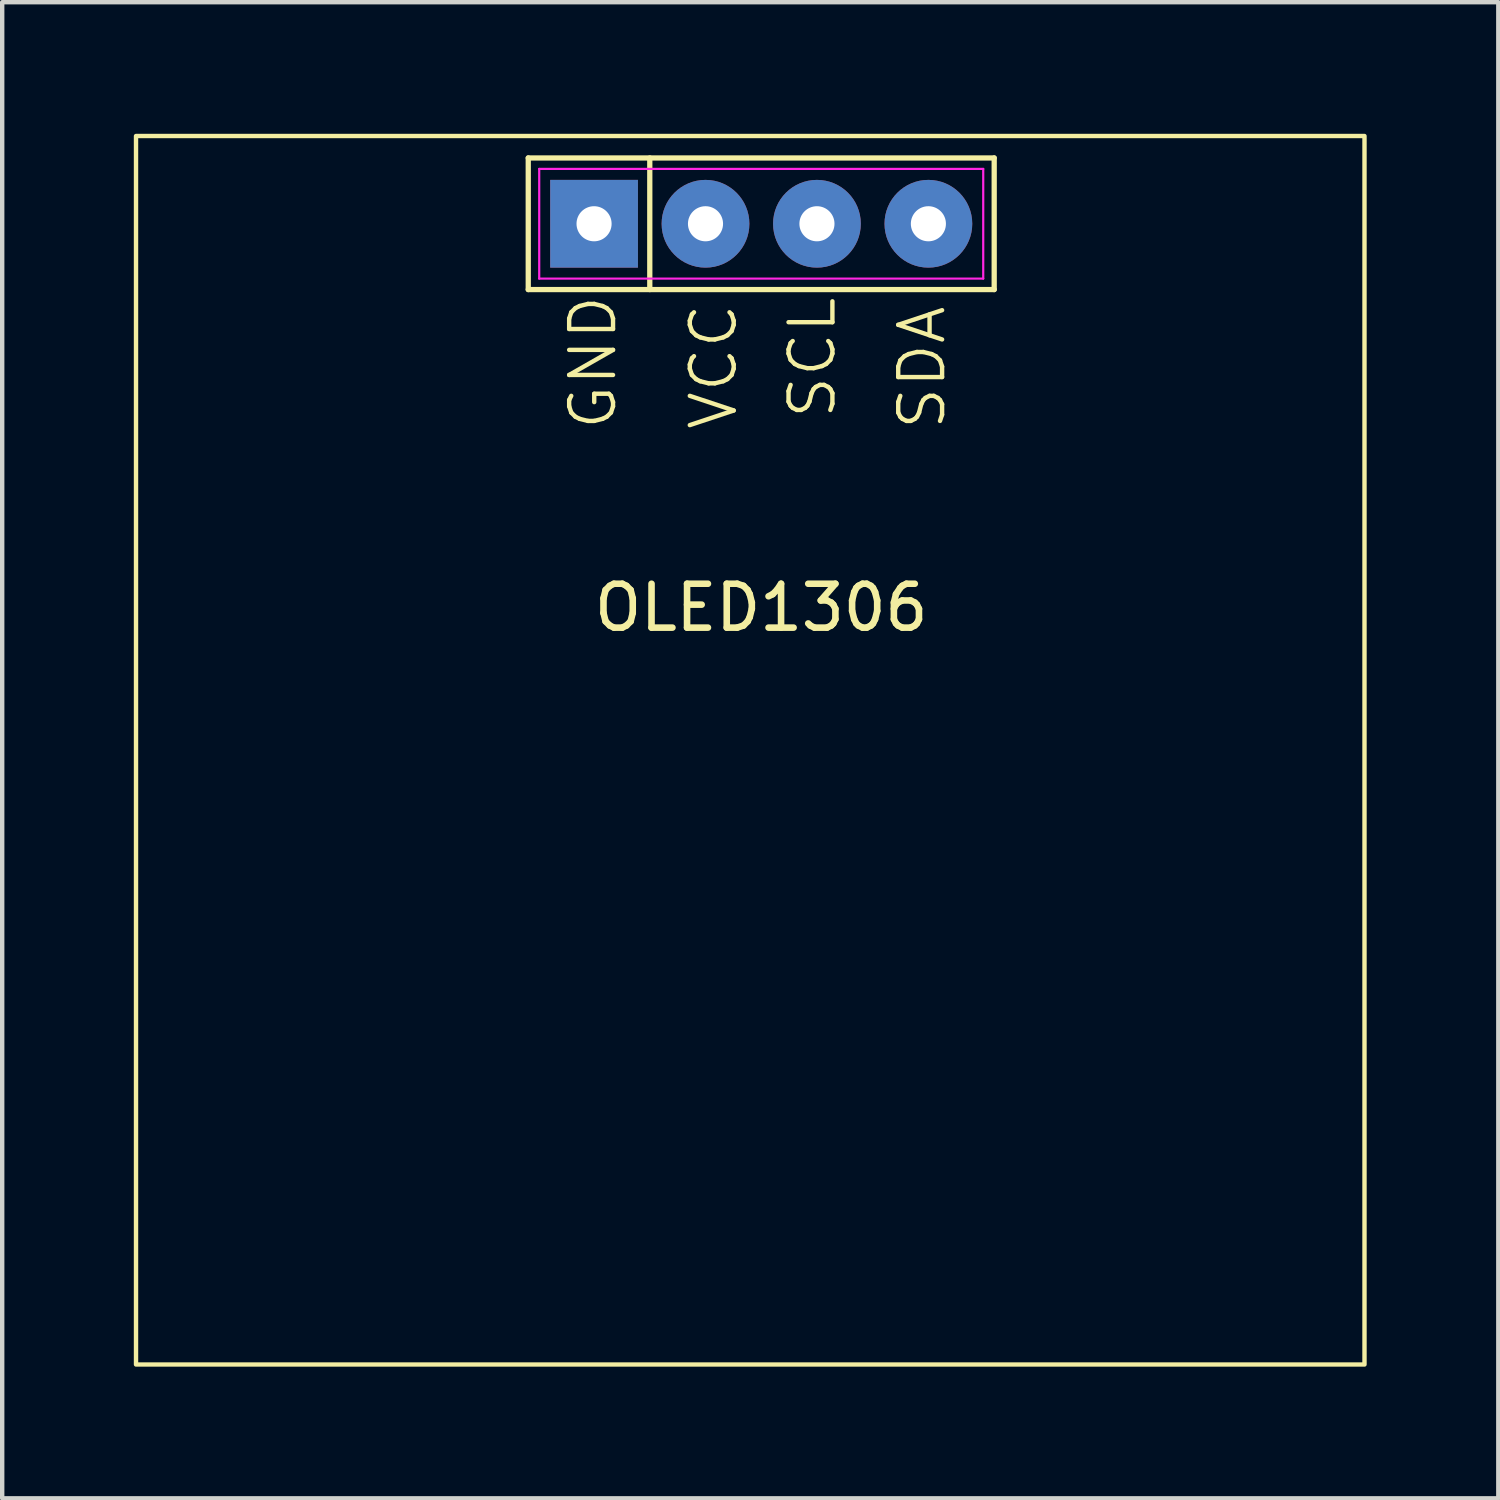
<source format=kicad_pcb>
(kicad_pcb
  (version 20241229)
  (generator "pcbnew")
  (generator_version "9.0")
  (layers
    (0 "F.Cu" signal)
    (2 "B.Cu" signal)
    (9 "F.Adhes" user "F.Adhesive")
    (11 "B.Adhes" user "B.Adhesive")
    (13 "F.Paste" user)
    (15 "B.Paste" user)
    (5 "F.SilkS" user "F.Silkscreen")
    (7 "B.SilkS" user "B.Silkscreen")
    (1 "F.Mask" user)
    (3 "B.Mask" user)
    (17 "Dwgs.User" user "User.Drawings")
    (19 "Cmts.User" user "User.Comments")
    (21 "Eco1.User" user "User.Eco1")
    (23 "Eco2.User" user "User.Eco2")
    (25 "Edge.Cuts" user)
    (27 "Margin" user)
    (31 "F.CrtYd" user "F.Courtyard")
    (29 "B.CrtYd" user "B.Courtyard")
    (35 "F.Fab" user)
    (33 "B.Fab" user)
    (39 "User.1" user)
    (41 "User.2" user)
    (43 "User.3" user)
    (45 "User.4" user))
  (footprint "OLED1306"
    (layer "F.Cu")
    (at 14.3 2.05)
    (property "Reference" "OLED1306" (at 0 8.75 0) (layer "F.SilkS") (effects (font (size 1 1) (thickness 0.15))))
    (attr through_hole)
    (fp_line (start -5.31 -1.5) (end 5.31 -1.5) (stroke (width 0.12) (type default)) (layer "F.SilkS"))
    (fp_line (start -5.31 1.5) (end -5.31 -1.5) (stroke (width 0.12) (type default)) (layer "F.SilkS"))
    (fp_line (start -2.54 -1.5) (end -2.54 1.5) (stroke (width 0.12) (type default)) (layer "F.SilkS"))
    (fp_line (start 5.31 -1.5) (end 5.31 1.5) (stroke (width 0.12) (type default)) (layer "F.SilkS"))
    (fp_line (start 5.31 1.5) (end -5.31 1.5) (stroke (width 0.12) (type default)) (layer "F.SilkS"))
    (fp_rect (start -14.25 -2) (end 13.75 26) (stroke (width 0.1) (type default)) (fill no) (layer "F.SilkS"))
    (fp_line (start -5.06 -1.25) (end 5.06 -1.25) (stroke (width 0.05) (type default)) (layer "F.CrtYd"))
    (fp_line (start -5.06 1.25) (end -5.06 -1.25) (stroke (width 0.05) (type default)) (layer "F.CrtYd"))
    (fp_line (start 5.06 -1.25) (end 5.06 1.25) (stroke (width 0.05) (type default)) (layer "F.CrtYd"))
    (fp_line (start 5.06 1.25) (end -5.06 1.25) (stroke (width 0.05) (type default)) (layer "F.CrtYd"))
    (fp_text user "SCL" (at 1.75 4.5 90) (unlocked yes) (layer "F.SilkS") (effects (font (size 1 1) (thickness 0.1)) (justify left bottom)))
    (fp_text user "GND" (at -3.25 4.75 90) (unlocked yes) (layer "F.SilkS") (effects (font (size 1 1) (thickness 0.1)) (justify left bottom)))
    (fp_text user "VCC" (at -0.5 4.75 90) (unlocked yes) (layer "F.SilkS") (effects (font (size 1 1) (thickness 0.1)) (justify left bottom)))
    (fp_text user "SDA" (at 4.25 4.75 90) (unlocked yes) (layer "F.SilkS") (effects (font (size 1 1) (thickness 0.1)) (justify left bottom)))
    (pad "1" thru_hole rect (at -3.81 0) (size 2 2) (drill 0.8) (layers "*.Cu" "*.Mask"))
    (pad "2" thru_hole circle (at -1.27 0) (size 2 2) (drill 0.8) (layers "*.Cu" "*.Mask"))
    (pad "3" thru_hole circle (at 1.27 0) (size 2 2) (drill 0.8) (layers "*.Cu" "*.Mask"))
    (pad "4" thru_hole circle (at 3.81 0) (size 2 2) (drill 0.8) (layers "*.Cu" "*.Mask")))
  (gr_rect
    (start -3 -3)
    (end 31.1 31.1)
    (stroke (width 0.1) (type default))
    (fill no)
    (layer "Edge.Cuts")))
</source>
